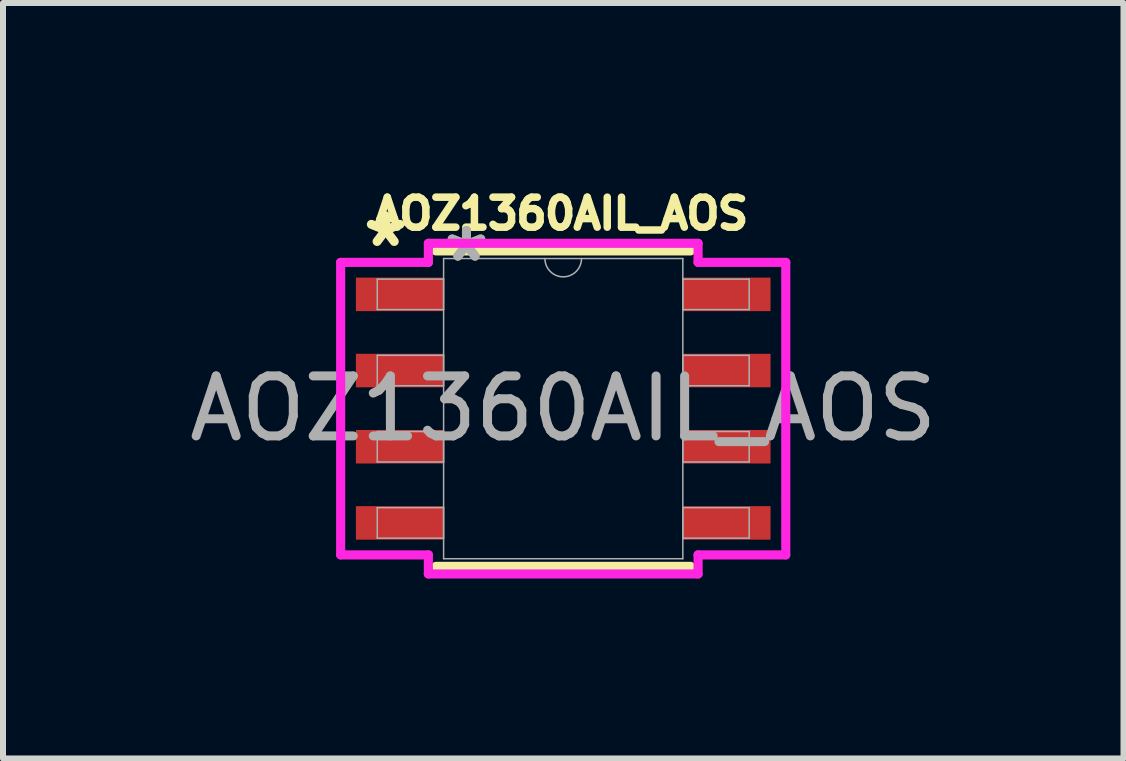
<source format=kicad_pcb>
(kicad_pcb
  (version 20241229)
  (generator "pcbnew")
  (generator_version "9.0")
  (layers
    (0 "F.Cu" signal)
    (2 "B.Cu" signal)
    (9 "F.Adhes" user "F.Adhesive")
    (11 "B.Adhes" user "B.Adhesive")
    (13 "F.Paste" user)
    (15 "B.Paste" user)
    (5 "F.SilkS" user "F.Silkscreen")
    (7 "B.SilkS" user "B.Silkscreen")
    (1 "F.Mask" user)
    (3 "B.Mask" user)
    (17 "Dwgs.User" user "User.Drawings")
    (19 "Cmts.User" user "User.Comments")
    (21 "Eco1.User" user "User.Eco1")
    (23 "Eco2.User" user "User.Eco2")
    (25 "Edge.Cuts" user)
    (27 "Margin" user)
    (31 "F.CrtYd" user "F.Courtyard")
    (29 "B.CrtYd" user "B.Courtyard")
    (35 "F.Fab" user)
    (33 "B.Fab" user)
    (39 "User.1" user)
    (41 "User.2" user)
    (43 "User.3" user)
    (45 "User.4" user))
  (footprint "AOZ1360AIL_AOS"
    (layer "F.Cu")
    (at 6.339 3.762)
    (property "Reference" "AOZ1360AIL_AOS" (at -0.04 -3.25 0) (unlocked yes) (layer "F.SilkS") (effects (font (size 0.5 0.5) (thickness 0.125))))
    (attr smd)
    (fp_line (start -2.121 2.629) (end 2.121 2.629) (stroke (width 0.152) (type solid)) (layer "F.SilkS"))
    (fp_line (start 2.121 -2.629) (end -2.121 -2.629) (stroke (width 0.152) (type solid)) (layer "F.SilkS"))
    (fp_line (start -3.71 -2.438) (end -2.248 -2.438) (stroke (width 0.152) (type solid)) (layer "F.CrtYd"))
    (fp_line (start -3.71 2.438) (end -3.71 -2.438) (stroke (width 0.152) (type solid)) (layer "F.CrtYd"))
    (fp_line (start -3.71 2.438) (end -2.248 2.438) (stroke (width 0.152) (type solid)) (layer "F.CrtYd"))
    (fp_line (start -2.248 -2.756) (end 2.248 -2.756) (stroke (width 0.152) (type solid)) (layer "F.CrtYd"))
    (fp_line (start -2.248 -2.438) (end -2.248 -2.756) (stroke (width 0.152) (type solid)) (layer "F.CrtYd"))
    (fp_line (start -2.248 2.756) (end -2.248 2.438) (stroke (width 0.152) (type solid)) (layer "F.CrtYd"))
    (fp_line (start 2.248 -2.756) (end 2.248 -2.438) (stroke (width 0.152) (type solid)) (layer "F.CrtYd"))
    (fp_line (start 2.248 2.438) (end 2.248 2.756) (stroke (width 0.152) (type solid)) (layer "F.CrtYd"))
    (fp_line (start 2.248 2.756) (end -2.248 2.756) (stroke (width 0.152) (type solid)) (layer "F.CrtYd"))
    (fp_line (start 3.71 -2.438) (end 2.248 -2.438) (stroke (width 0.152) (type solid)) (layer "F.CrtYd"))
    (fp_line (start 3.71 -2.438) (end 3.71 2.438) (stroke (width 0.152) (type solid)) (layer "F.CrtYd"))
    (fp_line (start 3.71 2.438) (end 2.248 2.438) (stroke (width 0.152) (type solid)) (layer "F.CrtYd"))
    (fp_line (start -3.1 -2.159) (end -3.1 -1.651) (stroke (width 0.025) (type solid)) (layer "F.Fab"))
    (fp_line (start -3.1 -1.651) (end -1.994 -1.651) (stroke (width 0.025) (type solid)) (layer "F.Fab"))
    (fp_line (start -3.1 -0.889) (end -3.1 -0.381) (stroke (width 0.025) (type solid)) (layer "F.Fab"))
    (fp_line (start -3.1 -0.381) (end -1.994 -0.381) (stroke (width 0.025) (type solid)) (layer "F.Fab"))
    (fp_line (start -3.1 0.381) (end -3.1 0.889) (stroke (width 0.025) (type solid)) (layer "F.Fab"))
    (fp_line (start -3.1 0.889) (end -1.994 0.889) (stroke (width 0.025) (type solid)) (layer "F.Fab"))
    (fp_line (start -3.1 1.651) (end -3.1 2.159) (stroke (width 0.025) (type solid)) (layer "F.Fab"))
    (fp_line (start -3.1 2.159) (end -1.994 2.159) (stroke (width 0.025) (type solid)) (layer "F.Fab"))
    (fp_line (start -1.994 -2.502) (end -1.994 2.502) (stroke (width 0.025) (type solid)) (layer "F.Fab"))
    (fp_line (start -1.994 -2.159) (end -3.1 -2.159) (stroke (width 0.025) (type solid)) (layer "F.Fab"))
    (fp_line (start -1.994 -1.651) (end -1.994 -2.159) (stroke (width 0.025) (type solid)) (layer "F.Fab"))
    (fp_line (start -1.994 -0.889) (end -3.1 -0.889) (stroke (width 0.025) (type solid)) (layer "F.Fab"))
    (fp_line (start -1.994 -0.381) (end -1.994 -0.889) (stroke (width 0.025) (type solid)) (layer "F.Fab"))
    (fp_line (start -1.994 0.381) (end -3.1 0.381) (stroke (width 0.025) (type solid)) (layer "F.Fab"))
    (fp_line (start -1.994 0.889) (end -1.994 0.381) (stroke (width 0.025) (type solid)) (layer "F.Fab"))
    (fp_line (start -1.994 1.651) (end -3.1 1.651) (stroke (width 0.025) (type solid)) (layer "F.Fab"))
    (fp_line (start -1.994 2.159) (end -1.994 1.651) (stroke (width 0.025) (type solid)) (layer "F.Fab"))
    (fp_line (start -1.994 2.502) (end 1.994 2.502) (stroke (width 0.025) (type solid)) (layer "F.Fab"))
    (fp_line (start 1.994 -2.502) (end -1.994 -2.502) (stroke (width 0.025) (type solid)) (layer "F.Fab"))
    (fp_line (start 1.994 -2.159) (end 1.994 -1.651) (stroke (width 0.025) (type solid)) (layer "F.Fab"))
    (fp_line (start 1.994 -1.651) (end 3.1 -1.651) (stroke (width 0.025) (type solid)) (layer "F.Fab"))
    (fp_line (start 1.994 -0.889) (end 1.994 -0.381) (stroke (width 0.025) (type solid)) (layer "F.Fab"))
    (fp_line (start 1.994 -0.381) (end 3.1 -0.381) (stroke (width 0.025) (type solid)) (layer "F.Fab"))
    (fp_line (start 1.994 0.381) (end 1.994 0.889) (stroke (width 0.025) (type solid)) (layer "F.Fab"))
    (fp_line (start 1.994 0.889) (end 3.1 0.889) (stroke (width 0.025) (type solid)) (layer "F.Fab"))
    (fp_line (start 1.994 1.651) (end 1.994 2.159) (stroke (width 0.025) (type solid)) (layer "F.Fab"))
    (fp_line (start 1.994 2.159) (end 3.1 2.159) (stroke (width 0.025) (type solid)) (layer "F.Fab"))
    (fp_line (start 1.994 2.502) (end 1.994 -2.502) (stroke (width 0.025) (type solid)) (layer "F.Fab"))
    (fp_line (start 3.1 -2.159) (end 1.994 -2.159) (stroke (width 0.025) (type solid)) (layer "F.Fab"))
    (fp_line (start 3.1 -1.651) (end 3.1 -2.159) (stroke (width 0.025) (type solid)) (layer "F.Fab"))
    (fp_line (start 3.1 -0.889) (end 1.994 -0.889) (stroke (width 0.025) (type solid)) (layer "F.Fab"))
    (fp_line (start 3.1 -0.381) (end 3.1 -0.889) (stroke (width 0.025) (type solid)) (layer "F.Fab"))
    (fp_line (start 3.1 0.381) (end 1.994 0.381) (stroke (width 0.025) (type solid)) (layer "F.Fab"))
    (fp_line (start 3.1 0.889) (end 3.1 0.381) (stroke (width 0.025) (type solid)) (layer "F.Fab"))
    (fp_line (start 3.1 1.651) (end 1.994 1.651) (stroke (width 0.025) (type solid)) (layer "F.Fab"))
    (fp_line (start 3.1 2.159) (end 3.1 1.651) (stroke (width 0.025) (type solid)) (layer "F.Fab"))
    (fp_arc (start 0.3048 -2.5019) (mid 0 -2.1971) (end -0.3048 -2.5019) (stroke (width 0.0254) (type solid)) (layer "F.Fab"))
    (fp_text user "*" (at -2.96 -2.67 0) (layer "F.SilkS") (effects (font (size 1 1) (thickness 0.15))))
    (fp_text user "*" (at -1.613 -2.426 0) (layer "F.Fab") (effects (font (size 1 1) (thickness 0.15))))
    (fp_text user "*" (at -1.613 -2.426 0) (unlocked yes) (layer "F.Fab") (effects (font (size 1 1) (thickness 0.15))))
    (fp_text user "${REFERENCE}" (at 0 0 0) (unlocked yes) (layer "F.Fab") (effects (font (size 1 1) (thickness 0.15))))
    (pad "1" smd rect (at -2.725 -1.905) (size 1.462 0.559) (layers "F.Cu" "F.Mask" "F.Paste"))
    (pad "2" smd rect (at -2.725 -0.635) (size 1.462 0.559) (layers "F.Cu" "F.Mask" "F.Paste"))
    (pad "3" smd rect (at -2.725 0.635) (size 1.462 0.559) (layers "F.Cu" "F.Mask" "F.Paste"))
    (pad "4" smd rect (at -2.725 1.905) (size 1.462 0.559) (layers "F.Cu" "F.Mask" "F.Paste"))
    (pad "5" smd rect (at 2.725 1.905) (size 1.462 0.559) (layers "F.Cu" "F.Mask" "F.Paste"))
    (pad "6" smd rect (at 2.725 0.635) (size 1.462 0.559) (layers "F.Cu" "F.Mask" "F.Paste"))
    (pad "7" smd rect (at 2.725 -0.635) (size 1.462 0.559) (layers "F.Cu" "F.Mask" "F.Paste"))
    (pad "8" smd rect (at 2.725 -1.905) (size 1.462 0.559) (layers "F.Cu" "F.Mask" "F.Paste")))
  (gr_rect
    (start -3 -3)
    (end 15.679 9.594)
    (stroke (width 0.1) (type default))
    (fill no)
    (layer "Edge.Cuts")))
</source>
